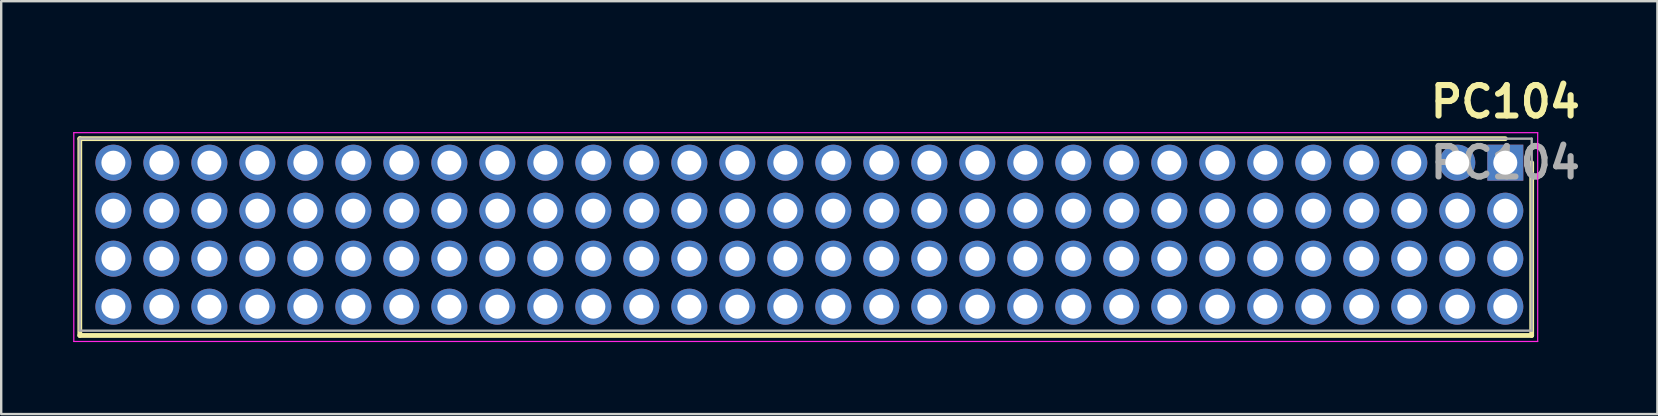
<source format=kicad_pcb>
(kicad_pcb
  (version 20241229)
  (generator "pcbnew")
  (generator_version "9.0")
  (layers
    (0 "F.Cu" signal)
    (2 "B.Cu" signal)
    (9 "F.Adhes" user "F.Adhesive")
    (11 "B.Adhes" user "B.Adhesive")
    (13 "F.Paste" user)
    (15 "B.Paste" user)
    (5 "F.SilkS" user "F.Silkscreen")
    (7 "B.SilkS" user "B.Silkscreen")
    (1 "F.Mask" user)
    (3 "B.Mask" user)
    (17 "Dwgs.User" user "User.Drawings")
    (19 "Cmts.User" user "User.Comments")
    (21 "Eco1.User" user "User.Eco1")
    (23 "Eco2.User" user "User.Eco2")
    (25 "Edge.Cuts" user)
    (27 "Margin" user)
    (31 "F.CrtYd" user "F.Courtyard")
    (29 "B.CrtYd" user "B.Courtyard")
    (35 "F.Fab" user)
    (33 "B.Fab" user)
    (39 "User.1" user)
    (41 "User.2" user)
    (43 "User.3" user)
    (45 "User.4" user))
  (footprint "PC104"
    (layer "F.Cu")
    (at 59.675 3.729)
    (property "Reference" "PC104" (at 0 -2.54 0) (layer "F.SilkS") (effects (font (size 1.27 1.27) (thickness 0.254))))
    (attr through_hole)
    (fp_line (start -59.4 -1) (end -59.4 7.2) (stroke (width 0.2) (type solid)) (layer "F.SilkS"))
    (fp_line (start -59.4 7.2) (end 1.1 7.2) (stroke (width 0.2) (type solid)) (layer "F.SilkS"))
    (fp_line (start 0 -1) (end -59.4 -1) (stroke (width 0.2) (type solid)) (layer "F.SilkS"))
    (fp_line (start 1.1 7.2) (end 1.1 0) (stroke (width 0.2) (type solid)) (layer "F.SilkS"))
    (fp_line (start -59.65 -1.25) (end -59.65 7.45) (stroke (width 0.05) (type solid)) (layer "F.CrtYd"))
    (fp_line (start -59.65 7.45) (end 1.35 7.45) (stroke (width 0.05) (type solid)) (layer "F.CrtYd"))
    (fp_line (start 1.35 -1.25) (end -59.65 -1.25) (stroke (width 0.05) (type solid)) (layer "F.CrtYd"))
    (fp_line (start 1.35 7.45) (end 1.35 -1.25) (stroke (width 0.05) (type solid)) (layer "F.CrtYd"))
    (fp_line (start -59.4 -1) (end -59.4 7) (stroke (width 0.1) (type solid)) (layer "F.Fab"))
    (fp_line (start -59.4 7) (end 1.1 7) (stroke (width 0.1) (type solid)) (layer "F.Fab"))
    (fp_line (start 1.1 -1) (end -59.4 -1) (stroke (width 0.1) (type solid)) (layer "F.Fab"))
    (fp_line (start 1.1 7) (end 1.1 -1) (stroke (width 0.1) (type solid)) (layer "F.Fab"))
    (fp_text user "${REFERENCE}" (at 0 0 0) (layer "F.Fab") (effects (font (size 1.27 1.27) (thickness 0.254))))
    (pad "1" thru_hole rect (at 0 0) (size 1.5 1.5) (drill 1) (layers "*.Cu" "*.Mask"))
    (pad "2" thru_hole circle (at -2 0) (size 1.5 1.5) (drill 1) (layers "*.Cu" "*.Mask"))
    (pad "3" thru_hole circle (at -4 0) (size 1.5 1.5) (drill 1) (layers "*.Cu" "*.Mask"))
    (pad "4" thru_hole circle (at -6 0) (size 1.5 1.5) (drill 1) (layers "*.Cu" "*.Mask"))
    (pad "5" thru_hole circle (at -8 0) (size 1.5 1.5) (drill 1) (layers "*.Cu" "*.Mask"))
    (pad "6" thru_hole circle (at -10 0) (size 1.5 1.5) (drill 1) (layers "*.Cu" "*.Mask"))
    (pad "7" thru_hole circle (at -12 0) (size 1.5 1.5) (drill 1) (layers "*.Cu" "*.Mask"))
    (pad "8" thru_hole circle (at -14 0) (size 1.5 1.5) (drill 1) (layers "*.Cu" "*.Mask"))
    (pad "9" thru_hole circle (at -16 0) (size 1.5 1.5) (drill 1) (layers "*.Cu" "*.Mask"))
    (pad "10" thru_hole circle (at -18 0) (size 1.5 1.5) (drill 1) (layers "*.Cu" "*.Mask"))
    (pad "11" thru_hole circle (at -20 0) (size 1.5 1.5) (drill 1) (layers "*.Cu" "*.Mask"))
    (pad "12" thru_hole circle (at -22 0) (size 1.5 1.5) (drill 1) (layers "*.Cu" "*.Mask"))
    (pad "13" thru_hole circle (at -24 0) (size 1.5 1.5) (drill 1) (layers "*.Cu" "*.Mask"))
    (pad "14" thru_hole circle (at -26 0) (size 1.5 1.5) (drill 1) (layers "*.Cu" "*.Mask"))
    (pad "15" thru_hole circle (at -28 0) (size 1.5 1.5) (drill 1) (layers "*.Cu" "*.Mask"))
    (pad "16" thru_hole circle (at -30 0) (size 1.5 1.5) (drill 1) (layers "*.Cu" "*.Mask"))
    (pad "17" thru_hole circle (at -32 0) (size 1.5 1.5) (drill 1) (layers "*.Cu" "*.Mask"))
    (pad "18" thru_hole circle (at -34 0) (size 1.5 1.5) (drill 1) (layers "*.Cu" "*.Mask"))
    (pad "19" thru_hole circle (at -36 0) (size 1.5 1.5) (drill 1) (layers "*.Cu" "*.Mask"))
    (pad "20" thru_hole circle (at -38 0) (size 1.5 1.5) (drill 1) (layers "*.Cu" "*.Mask"))
    (pad "21" thru_hole circle (at -40 0) (size 1.5 1.5) (drill 1) (layers "*.Cu" "*.Mask"))
    (pad "22" thru_hole circle (at -42 0) (size 1.5 1.5) (drill 1) (layers "*.Cu" "*.Mask"))
    (pad "23" thru_hole circle (at -44 0) (size 1.5 1.5) (drill 1) (layers "*.Cu" "*.Mask"))
    (pad "24" thru_hole circle (at -46 0) (size 1.5 1.5) (drill 1) (layers "*.Cu" "*.Mask"))
    (pad "25" thru_hole circle (at -48 0) (size 1.5 1.5) (drill 1) (layers "*.Cu" "*.Mask"))
    (pad "26" thru_hole circle (at -50 0) (size 1.5 1.5) (drill 1) (layers "*.Cu" "*.Mask"))
    (pad "27" thru_hole circle (at -52 0) (size 1.5 1.5) (drill 1) (layers "*.Cu" "*.Mask"))
    (pad "28" thru_hole circle (at -54 0) (size 1.5 1.5) (drill 1) (layers "*.Cu" "*.Mask"))
    (pad "29" thru_hole circle (at -56 0) (size 1.5 1.5) (drill 1) (layers "*.Cu" "*.Mask"))
    (pad "30" thru_hole circle (at -58 0) (size 1.5 1.5) (drill 1) (layers "*.Cu" "*.Mask"))
    (pad "31" thru_hole circle (at 0 2) (size 1.5 1.5) (drill 1) (layers "*.Cu" "*.Mask"))
    (pad "32" thru_hole circle (at -2 2) (size 1.5 1.5) (drill 1) (layers "*.Cu" "*.Mask"))
    (pad "33" thru_hole circle (at -4 2) (size 1.5 1.5) (drill 1) (layers "*.Cu" "*.Mask"))
    (pad "34" thru_hole circle (at -6 2) (size 1.5 1.5) (drill 1) (layers "*.Cu" "*.Mask"))
    (pad "35" thru_hole circle (at -8 2) (size 1.5 1.5) (drill 1) (layers "*.Cu" "*.Mask"))
    (pad "36" thru_hole circle (at -10 2) (size 1.5 1.5) (drill 1) (layers "*.Cu" "*.Mask"))
    (pad "37" thru_hole circle (at -12 2) (size 1.5 1.5) (drill 1) (layers "*.Cu" "*.Mask"))
    (pad "38" thru_hole circle (at -14 2) (size 1.5 1.5) (drill 1) (layers "*.Cu" "*.Mask"))
    (pad "39" thru_hole circle (at -16 2) (size 1.5 1.5) (drill 1) (layers "*.Cu" "*.Mask"))
    (pad "40" thru_hole circle (at -18 2) (size 1.5 1.5) (drill 1) (layers "*.Cu" "*.Mask"))
    (pad "41" thru_hole circle (at -20 2) (size 1.5 1.5) (drill 1) (layers "*.Cu" "*.Mask"))
    (pad "42" thru_hole circle (at -22 2) (size 1.5 1.5) (drill 1) (layers "*.Cu" "*.Mask"))
    (pad "43" thru_hole circle (at -24 2) (size 1.5 1.5) (drill 1) (layers "*.Cu" "*.Mask"))
    (pad "44" thru_hole circle (at -26 2) (size 1.5 1.5) (drill 1) (layers "*.Cu" "*.Mask"))
    (pad "45" thru_hole circle (at -28 2) (size 1.5 1.5) (drill 1) (layers "*.Cu" "*.Mask"))
    (pad "46" thru_hole circle (at -30 2) (size 1.5 1.5) (drill 1) (layers "*.Cu" "*.Mask"))
    (pad "47" thru_hole circle (at -32 2) (size 1.5 1.5) (drill 1) (layers "*.Cu" "*.Mask"))
    (pad "48" thru_hole circle (at -34 2) (size 1.5 1.5) (drill 1) (layers "*.Cu" "*.Mask"))
    (pad "49" thru_hole circle (at -36 2) (size 1.5 1.5) (drill 1) (layers "*.Cu" "*.Mask"))
    (pad "50" thru_hole circle (at -38 2) (size 1.5 1.5) (drill 1) (layers "*.Cu" "*.Mask"))
    (pad "51" thru_hole circle (at -40 2) (size 1.5 1.5) (drill 1) (layers "*.Cu" "*.Mask"))
    (pad "52" thru_hole circle (at -42 2) (size 1.5 1.5) (drill 1) (layers "*.Cu" "*.Mask"))
    (pad "53" thru_hole circle (at -44 2) (size 1.5 1.5) (drill 1) (layers "*.Cu" "*.Mask"))
    (pad "54" thru_hole circle (at -46 2) (size 1.5 1.5) (drill 1) (layers "*.Cu" "*.Mask"))
    (pad "55" thru_hole circle (at -48 2) (size 1.5 1.5) (drill 1) (layers "*.Cu" "*.Mask"))
    (pad "56" thru_hole circle (at -50 2) (size 1.5 1.5) (drill 1) (layers "*.Cu" "*.Mask"))
    (pad "57" thru_hole circle (at -52 2) (size 1.5 1.5) (drill 1) (layers "*.Cu" "*.Mask"))
    (pad "58" thru_hole circle (at -54 2) (size 1.5 1.5) (drill 1) (layers "*.Cu" "*.Mask"))
    (pad "59" thru_hole circle (at -56 2) (size 1.5 1.5) (drill 1) (layers "*.Cu" "*.Mask"))
    (pad "60" thru_hole circle (at -58 2) (size 1.5 1.5) (drill 1) (layers "*.Cu" "*.Mask"))
    (pad "61" thru_hole circle (at 0 4) (size 1.5 1.5) (drill 1) (layers "*.Cu" "*.Mask"))
    (pad "62" thru_hole circle (at -2 4) (size 1.5 1.5) (drill 1) (layers "*.Cu" "*.Mask"))
    (pad "63" thru_hole circle (at -4 4) (size 1.5 1.5) (drill 1) (layers "*.Cu" "*.Mask"))
    (pad "64" thru_hole circle (at -6 4) (size 1.5 1.5) (drill 1) (layers "*.Cu" "*.Mask"))
    (pad "65" thru_hole circle (at -8 4) (size 1.5 1.5) (drill 1) (layers "*.Cu" "*.Mask"))
    (pad "66" thru_hole circle (at -10 4) (size 1.5 1.5) (drill 1) (layers "*.Cu" "*.Mask"))
    (pad "67" thru_hole circle (at -12 4) (size 1.5 1.5) (drill 1) (layers "*.Cu" "*.Mask"))
    (pad "68" thru_hole circle (at -14 4) (size 1.5 1.5) (drill 1) (layers "*.Cu" "*.Mask"))
    (pad "69" thru_hole circle (at -16 4) (size 1.5 1.5) (drill 1) (layers "*.Cu" "*.Mask"))
    (pad "70" thru_hole circle (at -18 4) (size 1.5 1.5) (drill 1) (layers "*.Cu" "*.Mask"))
    (pad "71" thru_hole circle (at -20 4) (size 1.5 1.5) (drill 1) (layers "*.Cu" "*.Mask"))
    (pad "72" thru_hole circle (at -22 4) (size 1.5 1.5) (drill 1) (layers "*.Cu" "*.Mask"))
    (pad "73" thru_hole circle (at -24 4) (size 1.5 1.5) (drill 1) (layers "*.Cu" "*.Mask"))
    (pad "74" thru_hole circle (at -26 4) (size 1.5 1.5) (drill 1) (layers "*.Cu" "*.Mask"))
    (pad "75" thru_hole circle (at -28 4) (size 1.5 1.5) (drill 1) (layers "*.Cu" "*.Mask"))
    (pad "76" thru_hole circle (at -30 4) (size 1.5 1.5) (drill 1) (layers "*.Cu" "*.Mask"))
    (pad "77" thru_hole circle (at -32 4) (size 1.5 1.5) (drill 1) (layers "*.Cu" "*.Mask"))
    (pad "78" thru_hole circle (at -34 4) (size 1.5 1.5) (drill 1) (layers "*.Cu" "*.Mask"))
    (pad "79" thru_hole circle (at -36 4) (size 1.5 1.5) (drill 1) (layers "*.Cu" "*.Mask"))
    (pad "80" thru_hole circle (at -38 4) (size 1.5 1.5) (drill 1) (layers "*.Cu" "*.Mask"))
    (pad "81" thru_hole circle (at -40 4) (size 1.5 1.5) (drill 1) (layers "*.Cu" "*.Mask"))
    (pad "82" thru_hole circle (at -42 4) (size 1.5 1.5) (drill 1) (layers "*.Cu" "*.Mask"))
    (pad "83" thru_hole circle (at -44 4) (size 1.5 1.5) (drill 1) (layers "*.Cu" "*.Mask"))
    (pad "84" thru_hole circle (at -46 4) (size 1.5 1.5) (drill 1) (layers "*.Cu" "*.Mask"))
    (pad "85" thru_hole circle (at -48 4) (size 1.5 1.5) (drill 1) (layers "*.Cu" "*.Mask"))
    (pad "86" thru_hole circle (at -50 4) (size 1.5 1.5) (drill 1) (layers "*.Cu" "*.Mask"))
    (pad "87" thru_hole circle (at -52 4) (size 1.5 1.5) (drill 1) (layers "*.Cu" "*.Mask"))
    (pad "88" thru_hole circle (at -54 4) (size 1.5 1.5) (drill 1) (layers "*.Cu" "*.Mask"))
    (pad "89" thru_hole circle (at -56 4) (size 1.5 1.5) (drill 1) (layers "*.Cu" "*.Mask"))
    (pad "90" thru_hole circle (at -58 4) (size 1.5 1.5) (drill 1) (layers "*.Cu" "*.Mask"))
    (pad "91" thru_hole circle (at 0 6) (size 1.5 1.5) (drill 1) (layers "*.Cu" "*.Mask"))
    (pad "92" thru_hole circle (at -2 6) (size 1.5 1.5) (drill 1) (layers "*.Cu" "*.Mask"))
    (pad "93" thru_hole circle (at -4 6) (size 1.5 1.5) (drill 1) (layers "*.Cu" "*.Mask"))
    (pad "94" thru_hole circle (at -6 6) (size 1.5 1.5) (drill 1) (layers "*.Cu" "*.Mask"))
    (pad "95" thru_hole circle (at -8 6) (size 1.5 1.5) (drill 1) (layers "*.Cu" "*.Mask"))
    (pad "96" thru_hole circle (at -10 6) (size 1.5 1.5) (drill 1) (layers "*.Cu" "*.Mask"))
    (pad "97" thru_hole circle (at -12 6) (size 1.5 1.5) (drill 1) (layers "*.Cu" "*.Mask"))
    (pad "98" thru_hole circle (at -14 6) (size 1.5 1.5) (drill 1) (layers "*.Cu" "*.Mask"))
    (pad "99" thru_hole circle (at -16 6) (size 1.5 1.5) (drill 1) (layers "*.Cu" "*.Mask"))
    (pad "100" thru_hole circle (at -18 6) (size 1.5 1.5) (drill 1) (layers "*.Cu" "*.Mask"))
    (pad "101" thru_hole circle (at -20 6) (size 1.5 1.5) (drill 1) (layers "*.Cu" "*.Mask"))
    (pad "102" thru_hole circle (at -22 6) (size 1.5 1.5) (drill 1) (layers "*.Cu" "*.Mask"))
    (pad "103" thru_hole circle (at -24 6) (size 1.5 1.5) (drill 1) (layers "*.Cu" "*.Mask"))
    (pad "104" thru_hole circle (at -26 6) (size 1.5 1.5) (drill 1) (layers "*.Cu" "*.Mask"))
    (pad "105" thru_hole circle (at -28 6) (size 1.5 1.5) (drill 1) (layers "*.Cu" "*.Mask"))
    (pad "106" thru_hole circle (at -30 6) (size 1.5 1.5) (drill 1) (layers "*.Cu" "*.Mask"))
    (pad "107" thru_hole circle (at -32 6) (size 1.5 1.5) (drill 1) (layers "*.Cu" "*.Mask"))
    (pad "108" thru_hole circle (at -34 6) (size 1.5 1.5) (drill 1) (layers "*.Cu" "*.Mask"))
    (pad "109" thru_hole circle (at -36 6) (size 1.5 1.5) (drill 1) (layers "*.Cu" "*.Mask"))
    (pad "110" thru_hole circle (at -38 6) (size 1.5 1.5) (drill 1) (layers "*.Cu" "*.Mask"))
    (pad "111" thru_hole circle (at -40 6) (size 1.5 1.5) (drill 1) (layers "*.Cu" "*.Mask"))
    (pad "112" thru_hole circle (at -42 6) (size 1.5 1.5) (drill 1) (layers "*.Cu" "*.Mask"))
    (pad "113" thru_hole circle (at -44 6) (size 1.5 1.5) (drill 1) (layers "*.Cu" "*.Mask"))
    (pad "114" thru_hole circle (at -46 6) (size 1.5 1.5) (drill 1) (layers "*.Cu" "*.Mask"))
    (pad "115" thru_hole circle (at -48 6) (size 1.5 1.5) (drill 1) (layers "*.Cu" "*.Mask"))
    (pad "116" thru_hole circle (at -50 6) (size 1.5 1.5) (drill 1) (layers "*.Cu" "*.Mask"))
    (pad "117" thru_hole circle (at -52 6) (size 1.5 1.5) (drill 1) (layers "*.Cu" "*.Mask"))
    (pad "118" thru_hole circle (at -54 6) (size 1.5 1.5) (drill 1) (layers "*.Cu" "*.Mask"))
    (pad "119" thru_hole circle (at -56 6) (size 1.5 1.5) (drill 1) (layers "*.Cu" "*.Mask"))
    (pad "120" thru_hole circle (at -58 6) (size 1.5 1.5) (drill 1) (layers "*.Cu" "*.Mask")))
  (gr_rect
    (start -3 -3)
    (end 66.013 14.204)
    (stroke (width 0.1) (type default))
    (fill no)
    (layer "Edge.Cuts")))
</source>
